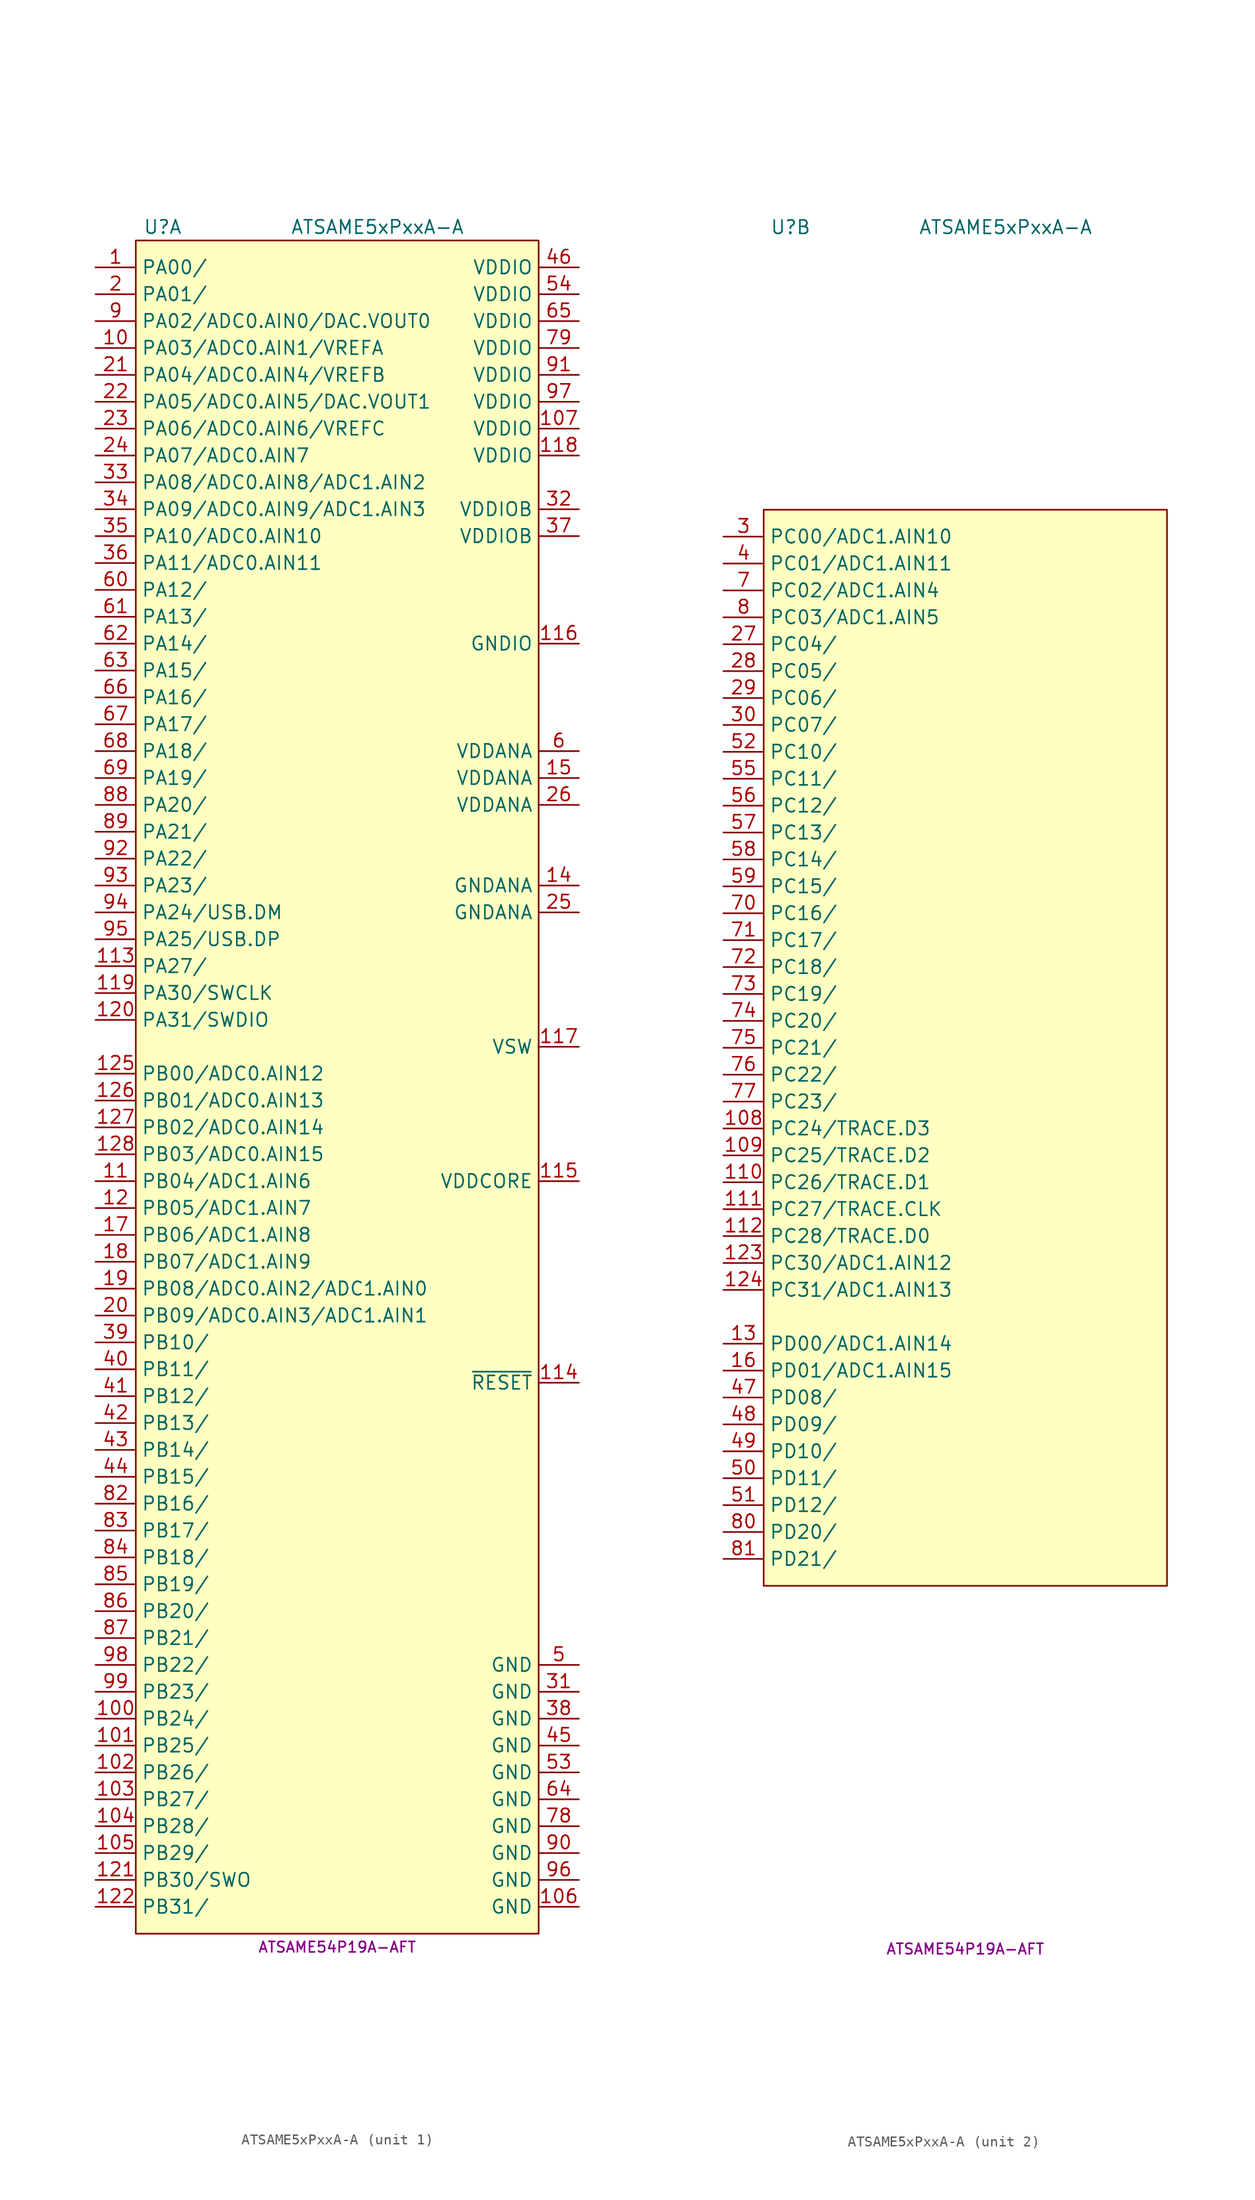
<source format=kicad_sym>
(kicad_symbol_lib
  (version 20231120)
  (generator "kicad_symbol_editor")
  (generator_version "8.0")
  (symbol "ATSAME5xPxxA-A"
    (property "Reference" "U"
      (at -16.51 77.47 0)
      (effects (font (size 1.27 1.27))))
    (property "Value" "ATSAME5xPxxA-A"
      (at 3.81 77.47 0)
      (effects (font (size 1.27 1.27))))
    (property "MPN" "ATSAME54P19A-AFT"
      (at 0 -85.09 0)
      (effects (font (size 1 1))))
    (property "ki_locked" ""
      (at 0 0 0)
      (effects (font (size 1.27 1.27))))
    (symbol "ATSAME5xPxxA-A_1_1"
      (rectangle (start -19.05 76.2) (end 19.05 -83.82) (stroke (width 0.152) (type default)) (fill (type background)))
      (pin bidirectional line (at -22.86 73.66 0) (length 3.81) (name "PA00/" (effects (font (size 1.27 1.27)))) (number "1" (effects (font (size 1.27 1.27)))))
      (pin bidirectional line (at -22.86 66.04 0) (length 3.81) (name "PA03/ADC0.AIN1/VREFA" (effects (font (size 1.27 1.27)))) (number "10" (effects (font (size 1.27 1.27)))))
      (pin bidirectional line (at -22.86 -63.5 0) (length 3.81) (name "PB24/" (effects (font (size 1.27 1.27)))) (number "100" (effects (font (size 1.27 1.27)))))
      (pin bidirectional line (at -22.86 -66.04 0) (length 3.81) (name "PB25/" (effects (font (size 1.27 1.27)))) (number "101" (effects (font (size 1.27 1.27)))))
      (pin bidirectional line (at -22.86 -68.58 0) (length 3.81) (name "PB26/" (effects (font (size 1.27 1.27)))) (number "102" (effects (font (size 1.27 1.27)))))
      (pin bidirectional line (at -22.86 -71.12 0) (length 3.81) (name "PB27/" (effects (font (size 1.27 1.27)))) (number "103" (effects (font (size 1.27 1.27)))))
      (pin bidirectional line (at -22.86 -73.66 0) (length 3.81) (name "PB28/" (effects (font (size 1.27 1.27)))) (number "104" (effects (font (size 1.27 1.27)))))
      (pin bidirectional line (at -22.86 -76.2 0) (length 3.81) (name "PB29/" (effects (font (size 1.27 1.27)))) (number "105" (effects (font (size 1.27 1.27)))))
      (pin power_in line (at 22.86 -81.28 180) (length 3.81) (name "GND" (effects (font (size 1.27 1.27)))) (number "106" (effects (font (size 1.27 1.27)))))
      (pin power_in line (at 22.86 58.42 180) (length 3.81) (name "VDDIO" (effects (font (size 1.27 1.27)))) (number "107" (effects (font (size 1.27 1.27)))))
      (pin bidirectional line (at -22.86 -12.7 0) (length 3.81) (name "PB04/ADC1.AIN6" (effects (font (size 1.27 1.27)))) (number "11" (effects (font (size 1.27 1.27)))))
      (pin bidirectional line (at -22.86 7.62 0) (length 3.81) (name "PA27/" (effects (font (size 1.27 1.27)))) (number "113" (effects (font (size 1.27 1.27)))))
      (pin input line (at 22.86 -31.75 180) (length 3.81) (name "~{RESET}" (effects (font (size 1.27 1.27)))) (number "114" (effects (font (size 1.27 1.27)))))
      (pin power_in line (at 22.86 -12.7 180) (length 3.81) (name "VDDCORE" (effects (font (size 1.27 1.27)))) (number "115" (effects (font (size 1.27 1.27)))))
      (pin power_in line (at 22.86 38.1 180) (length 3.81) (name "GNDIO" (effects (font (size 1.27 1.27)))) (number "116" (effects (font (size 1.27 1.27)))))
      (pin power_out line (at 22.86 0 180) (length 3.81) (name "VSW" (effects (font (size 1.27 1.27)))) (number "117" (effects (font (size 1.27 1.27)))))
      (pin power_in line (at 22.86 55.88 180) (length 3.81) (name "VDDIO" (effects (font (size 1.27 1.27)))) (number "118" (effects (font (size 1.27 1.27)))))
      (pin bidirectional line (at -22.86 5.08 0) (length 3.81) (name "PA30/SWCLK" (effects (font (size 1.27 1.27)))) (number "119" (effects (font (size 1.27 1.27)))))
      (pin bidirectional line (at -22.86 -15.24 0) (length 3.81) (name "PB05/ADC1.AIN7" (effects (font (size 1.27 1.27)))) (number "12" (effects (font (size 1.27 1.27)))))
      (pin bidirectional line (at -22.86 2.54 0) (length 3.81) (name "PA31/SWDIO" (effects (font (size 1.27 1.27)))) (number "120" (effects (font (size 1.27 1.27)))))
      (pin bidirectional line (at -22.86 -78.74 0) (length 3.81) (name "PB30/SWO" (effects (font (size 1.27 1.27)))) (number "121" (effects (font (size 1.27 1.27)))))
      (pin bidirectional line (at -22.86 -81.28 0) (length 3.81) (name "PB31/" (effects (font (size 1.27 1.27)))) (number "122" (effects (font (size 1.27 1.27)))))
      (pin bidirectional line (at -22.86 -2.54 0) (length 3.81) (name "PB00/ADC0.AIN12" (effects (font (size 1.27 1.27)))) (number "125" (effects (font (size 1.27 1.27)))))
      (pin bidirectional line (at -22.86 -5.08 0) (length 3.81) (name "PB01/ADC0.AIN13" (effects (font (size 1.27 1.27)))) (number "126" (effects (font (size 1.27 1.27)))))
      (pin bidirectional line (at -22.86 -7.62 0) (length 3.81) (name "PB02/ADC0.AIN14" (effects (font (size 1.27 1.27)))) (number "127" (effects (font (size 1.27 1.27)))))
      (pin bidirectional line (at -22.86 -10.16 0) (length 3.81) (name "PB03/ADC0.AIN15" (effects (font (size 1.27 1.27)))) (number "128" (effects (font (size 1.27 1.27)))))
      (pin power_in line (at 22.86 15.24 180) (length 3.81) (name "GNDANA" (effects (font (size 1.27 1.27)))) (number "14" (effects (font (size 1.27 1.27)))))
      (pin power_in line (at 22.86 25.4 180) (length 3.81) (name "VDDANA" (effects (font (size 1.27 1.27)))) (number "15" (effects (font (size 1.27 1.27)))))
      (pin bidirectional line (at -22.86 -17.78 0) (length 3.81) (name "PB06/ADC1.AIN8" (effects (font (size 1.27 1.27)))) (number "17" (effects (font (size 1.27 1.27)))))
      (pin bidirectional line (at -22.86 -20.32 0) (length 3.81) (name "PB07/ADC1.AIN9" (effects (font (size 1.27 1.27)))) (number "18" (effects (font (size 1.27 1.27)))))
      (pin bidirectional line (at -22.86 -22.86 0) (length 3.81) (name "PB08/ADC0.AIN2/ADC1.AIN0" (effects (font (size 1.27 1.27)))) (number "19" (effects (font (size 1.27 1.27)))))
      (pin bidirectional line (at -22.86 71.12 0) (length 3.81) (name "PA01/" (effects (font (size 1.27 1.27)))) (number "2" (effects (font (size 1.27 1.27)))))
      (pin bidirectional line (at -22.86 -25.4 0) (length 3.81) (name "PB09/ADC0.AIN3/ADC1.AIN1" (effects (font (size 1.27 1.27)))) (number "20" (effects (font (size 1.27 1.27)))))
      (pin bidirectional line (at -22.86 63.5 0) (length 3.81) (name "PA04/ADC0.AIN4/VREFB" (effects (font (size 1.27 1.27)))) (number "21" (effects (font (size 1.27 1.27)))))
      (pin bidirectional line (at -22.86 60.96 0) (length 3.81) (name "PA05/ADC0.AIN5/DAC.VOUT1" (effects (font (size 1.27 1.27)))) (number "22" (effects (font (size 1.27 1.27)))))
      (pin bidirectional line (at -22.86 58.42 0) (length 3.81) (name "PA06/ADC0.AIN6/VREFC" (effects (font (size 1.27 1.27)))) (number "23" (effects (font (size 1.27 1.27)))))
      (pin bidirectional line (at -22.86 55.88 0) (length 3.81) (name "PA07/ADC0.AIN7" (effects (font (size 1.27 1.27)))) (number "24" (effects (font (size 1.27 1.27)))))
      (pin power_in line (at 22.86 12.7 180) (length 3.81) (name "GNDANA" (effects (font (size 1.27 1.27)))) (number "25" (effects (font (size 1.27 1.27)))))
      (pin power_in line (at 22.86 22.86 180) (length 3.81) (name "VDDANA" (effects (font (size 1.27 1.27)))) (number "26" (effects (font (size 1.27 1.27)))))
      (pin power_in line (at 22.86 -60.96 180) (length 3.81) (name "GND" (effects (font (size 1.27 1.27)))) (number "31" (effects (font (size 1.27 1.27)))))
      (pin power_in line (at 22.86 50.8 180) (length 3.81) (name "VDDIOB" (effects (font (size 1.27 1.27)))) (number "32" (effects (font (size 1.27 1.27)))))
      (pin bidirectional line (at -22.86 53.34 0) (length 3.81) (name "PA08/ADC0.AIN8/ADC1.AIN2" (effects (font (size 1.27 1.27)))) (number "33" (effects (font (size 1.27 1.27)))))
      (pin bidirectional line (at -22.86 50.8 0) (length 3.81) (name "PA09/ADC0.AIN9/ADC1.AIN3" (effects (font (size 1.27 1.27)))) (number "34" (effects (font (size 1.27 1.27)))))
      (pin bidirectional line (at -22.86 48.26 0) (length 3.81) (name "PA10/ADC0.AIN10" (effects (font (size 1.27 1.27)))) (number "35" (effects (font (size 1.27 1.27)))))
      (pin bidirectional line (at -22.86 45.72 0) (length 3.81) (name "PA11/ADC0.AIN11" (effects (font (size 1.27 1.27)))) (number "36" (effects (font (size 1.27 1.27)))))
      (pin power_in line (at 22.86 48.26 180) (length 3.81) (name "VDDIOB" (effects (font (size 1.27 1.27)))) (number "37" (effects (font (size 1.27 1.27)))))
      (pin power_in line (at 22.86 -63.5 180) (length 3.81) (name "GND" (effects (font (size 1.27 1.27)))) (number "38" (effects (font (size 1.27 1.27)))))
      (pin bidirectional line (at -22.86 -27.94 0) (length 3.81) (name "PB10/" (effects (font (size 1.27 1.27)))) (number "39" (effects (font (size 1.27 1.27)))))
      (pin bidirectional line (at -22.86 -30.48 0) (length 3.81) (name "PB11/" (effects (font (size 1.27 1.27)))) (number "40" (effects (font (size 1.27 1.27)))))
      (pin bidirectional line (at -22.86 -33.02 0) (length 3.81) (name "PB12/" (effects (font (size 1.27 1.27)))) (number "41" (effects (font (size 1.27 1.27)))))
      (pin bidirectional line (at -22.86 -35.56 0) (length 3.81) (name "PB13/" (effects (font (size 1.27 1.27)))) (number "42" (effects (font (size 1.27 1.27)))))
      (pin bidirectional line (at -22.86 -38.1 0) (length 3.81) (name "PB14/" (effects (font (size 1.27 1.27)))) (number "43" (effects (font (size 1.27 1.27)))))
      (pin bidirectional line (at -22.86 -40.64 0) (length 3.81) (name "PB15/" (effects (font (size 1.27 1.27)))) (number "44" (effects (font (size 1.27 1.27)))))
      (pin power_in line (at 22.86 -66.04 180) (length 3.81) (name "GND" (effects (font (size 1.27 1.27)))) (number "45" (effects (font (size 1.27 1.27)))))
      (pin power_in line (at 22.86 73.66 180) (length 3.81) (name "VDDIO" (effects (font (size 1.27 1.27)))) (number "46" (effects (font (size 1.27 1.27)))))
      (pin power_in line (at 22.86 -58.42 180) (length 3.81) (name "GND" (effects (font (size 1.27 1.27)))) (number "5" (effects (font (size 1.27 1.27)))))
      (pin power_in line (at 22.86 -68.58 180) (length 3.81) (name "GND" (effects (font (size 1.27 1.27)))) (number "53" (effects (font (size 1.27 1.27)))))
      (pin power_in line (at 22.86 71.12 180) (length 3.81) (name "VDDIO" (effects (font (size 1.27 1.27)))) (number "54" (effects (font (size 1.27 1.27)))))
      (pin power_in line (at 22.86 27.94 180) (length 3.81) (name "VDDANA" (effects (font (size 1.27 1.27)))) (number "6" (effects (font (size 1.27 1.27)))))
      (pin bidirectional line (at -22.86 43.18 0) (length 3.81) (name "PA12/" (effects (font (size 1.27 1.27)))) (number "60" (effects (font (size 1.27 1.27)))))
      (pin bidirectional line (at -22.86 40.64 0) (length 3.81) (name "PA13/" (effects (font (size 1.27 1.27)))) (number "61" (effects (font (size 1.27 1.27)))))
      (pin bidirectional line (at -22.86 38.1 0) (length 3.81) (name "PA14/" (effects (font (size 1.27 1.27)))) (number "62" (effects (font (size 1.27 1.27)))))
      (pin bidirectional line (at -22.86 35.56 0) (length 3.81) (name "PA15/" (effects (font (size 1.27 1.27)))) (number "63" (effects (font (size 1.27 1.27)))))
      (pin power_in line (at 22.86 -71.12 180) (length 3.81) (name "GND" (effects (font (size 1.27 1.27)))) (number "64" (effects (font (size 1.27 1.27)))))
      (pin power_in line (at 22.86 68.58 180) (length 3.81) (name "VDDIO" (effects (font (size 1.27 1.27)))) (number "65" (effects (font (size 1.27 1.27)))))
      (pin bidirectional line (at -22.86 33.02 0) (length 3.81) (name "PA16/" (effects (font (size 1.27 1.27)))) (number "66" (effects (font (size 1.27 1.27)))))
      (pin bidirectional line (at -22.86 30.48 0) (length 3.81) (name "PA17/" (effects (font (size 1.27 1.27)))) (number "67" (effects (font (size 1.27 1.27)))))
      (pin bidirectional line (at -22.86 27.94 0) (length 3.81) (name "PA18/" (effects (font (size 1.27 1.27)))) (number "68" (effects (font (size 1.27 1.27)))))
      (pin bidirectional line (at -22.86 25.4 0) (length 3.81) (name "PA19/" (effects (font (size 1.27 1.27)))) (number "69" (effects (font (size 1.27 1.27)))))
      (pin power_in line (at 22.86 -73.66 180) (length 3.81) (name "GND" (effects (font (size 1.27 1.27)))) (number "78" (effects (font (size 1.27 1.27)))))
      (pin power_in line (at 22.86 66.04 180) (length 3.81) (name "VDDIO" (effects (font (size 1.27 1.27)))) (number "79" (effects (font (size 1.27 1.27)))))
      (pin bidirectional line (at -22.86 -43.18 0) (length 3.81) (name "PB16/" (effects (font (size 1.27 1.27)))) (number "82" (effects (font (size 1.27 1.27)))))
      (pin bidirectional line (at -22.86 -45.72 0) (length 3.81) (name "PB17/" (effects (font (size 1.27 1.27)))) (number "83" (effects (font (size 1.27 1.27)))))
      (pin bidirectional line (at -22.86 -48.26 0) (length 3.81) (name "PB18/" (effects (font (size 1.27 1.27)))) (number "84" (effects (font (size 1.27 1.27)))))
      (pin bidirectional line (at -22.86 -50.8 0) (length 3.81) (name "PB19/" (effects (font (size 1.27 1.27)))) (number "85" (effects (font (size 1.27 1.27)))))
      (pin bidirectional line (at -22.86 -53.34 0) (length 3.81) (name "PB20/" (effects (font (size 1.27 1.27)))) (number "86" (effects (font (size 1.27 1.27)))))
      (pin bidirectional line (at -22.86 -55.88 0) (length 3.81) (name "PB21/" (effects (font (size 1.27 1.27)))) (number "87" (effects (font (size 1.27 1.27)))))
      (pin bidirectional line (at -22.86 22.86 0) (length 3.81) (name "PA20/" (effects (font (size 1.27 1.27)))) (number "88" (effects (font (size 1.27 1.27)))))
      (pin bidirectional line (at -22.86 20.32 0) (length 3.81) (name "PA21/" (effects (font (size 1.27 1.27)))) (number "89" (effects (font (size 1.27 1.27)))))
      (pin bidirectional line (at -22.86 68.58 0) (length 3.81) (name "PA02/ADC0.AIN0/DAC.VOUT0" (effects (font (size 1.27 1.27)))) (number "9" (effects (font (size 1.27 1.27)))))
      (pin power_in line (at 22.86 -76.2 180) (length 3.81) (name "GND" (effects (font (size 1.27 1.27)))) (number "90" (effects (font (size 1.27 1.27)))))
      (pin power_in line (at 22.86 63.5 180) (length 3.81) (name "VDDIO" (effects (font (size 1.27 1.27)))) (number "91" (effects (font (size 1.27 1.27)))))
      (pin bidirectional line (at -22.86 17.78 0) (length 3.81) (name "PA22/" (effects (font (size 1.27 1.27)))) (number "92" (effects (font (size 1.27 1.27)))))
      (pin bidirectional line (at -22.86 15.24 0) (length 3.81) (name "PA23/" (effects (font (size 1.27 1.27)))) (number "93" (effects (font (size 1.27 1.27)))))
      (pin bidirectional line (at -22.86 12.7 0) (length 3.81) (name "PA24/USB.DM" (effects (font (size 1.27 1.27)))) (number "94" (effects (font (size 1.27 1.27)))))
      (pin bidirectional line (at -22.86 10.16 0) (length 3.81) (name "PA25/USB.DP" (effects (font (size 1.27 1.27)))) (number "95" (effects (font (size 1.27 1.27)))))
      (pin power_in line (at 22.86 -78.74 180) (length 3.81) (name "GND" (effects (font (size 1.27 1.27)))) (number "96" (effects (font (size 1.27 1.27)))))
      (pin power_in line (at 22.86 60.96 180) (length 3.81) (name "VDDIO" (effects (font (size 1.27 1.27)))) (number "97" (effects (font (size 1.27 1.27)))))
      (pin bidirectional line (at -22.86 -58.42 0) (length 3.81) (name "PB22/" (effects (font (size 1.27 1.27)))) (number "98" (effects (font (size 1.27 1.27)))))
      (pin bidirectional line (at -22.86 -60.96 0) (length 3.81) (name "PB23/" (effects (font (size 1.27 1.27)))) (number "99" (effects (font (size 1.27 1.27))))))
    (symbol "ATSAME5xPxxA-A_2_1"
      (rectangle (start -19.05 50.8) (end 19.05 -50.8) (stroke (width 0.152) (type default)) (fill (type background)))
      (pin bidirectional line (at -22.86 -7.62 0) (length 3.81) (name "PC24/TRACE.D3" (effects (font (size 1.27 1.27)))) (number "108" (effects (font (size 1.27 1.27)))))
      (pin bidirectional line (at -22.86 -10.16 0) (length 3.81) (name "PC25/TRACE.D2" (effects (font (size 1.27 1.27)))) (number "109" (effects (font (size 1.27 1.27)))))
      (pin bidirectional line (at -22.86 -12.7 0) (length 3.81) (name "PC26/TRACE.D1" (effects (font (size 1.27 1.27)))) (number "110" (effects (font (size 1.27 1.27)))))
      (pin bidirectional line (at -22.86 -15.24 0) (length 3.81) (name "PC27/TRACE.CLK" (effects (font (size 1.27 1.27)))) (number "111" (effects (font (size 1.27 1.27)))))
      (pin bidirectional line (at -22.86 -17.78 0) (length 3.81) (name "PC28/TRACE.D0" (effects (font (size 1.27 1.27)))) (number "112" (effects (font (size 1.27 1.27)))))
      (pin bidirectional line (at -22.86 -20.32 0) (length 3.81) (name "PC30/ADC1.AIN12" (effects (font (size 1.27 1.27)))) (number "123" (effects (font (size 1.27 1.27)))))
      (pin bidirectional line (at -22.86 -22.86 0) (length 3.81) (name "PC31/ADC1.AIN13" (effects (font (size 1.27 1.27)))) (number "124" (effects (font (size 1.27 1.27)))))
      (pin bidirectional line (at -22.86 -27.94 0) (length 3.81) (name "PD00/ADC1.AIN14" (effects (font (size 1.27 1.27)))) (number "13" (effects (font (size 1.27 1.27)))))
      (pin bidirectional line (at -22.86 -30.48 0) (length 3.81) (name "PD01/ADC1.AIN15" (effects (font (size 1.27 1.27)))) (number "16" (effects (font (size 1.27 1.27)))))
      (pin bidirectional line (at -22.86 38.1 0) (length 3.81) (name "PC04/" (effects (font (size 1.27 1.27)))) (number "27" (effects (font (size 1.27 1.27)))))
      (pin bidirectional line (at -22.86 35.56 0) (length 3.81) (name "PC05/" (effects (font (size 1.27 1.27)))) (number "28" (effects (font (size 1.27 1.27)))))
      (pin bidirectional line (at -22.86 33.02 0) (length 3.81) (name "PC06/" (effects (font (size 1.27 1.27)))) (number "29" (effects (font (size 1.27 1.27)))))
      (pin bidirectional line (at -22.86 48.26 0) (length 3.81) (name "PC00/ADC1.AIN10" (effects (font (size 1.27 1.27)))) (number "3" (effects (font (size 1.27 1.27)))))
      (pin bidirectional line (at -22.86 30.48 0) (length 3.81) (name "PC07/" (effects (font (size 1.27 1.27)))) (number "30" (effects (font (size 1.27 1.27)))))
      (pin bidirectional line (at -22.86 45.72 0) (length 3.81) (name "PC01/ADC1.AIN11" (effects (font (size 1.27 1.27)))) (number "4" (effects (font (size 1.27 1.27)))))
      (pin bidirectional line (at -22.86 -33.02 0) (length 3.81) (name "PD08/" (effects (font (size 1.27 1.27)))) (number "47" (effects (font (size 1.27 1.27)))))
      (pin bidirectional line (at -22.86 -35.56 0) (length 3.81) (name "PD09/" (effects (font (size 1.27 1.27)))) (number "48" (effects (font (size 1.27 1.27)))))
      (pin bidirectional line (at -22.86 -38.1 0) (length 3.81) (name "PD10/" (effects (font (size 1.27 1.27)))) (number "49" (effects (font (size 1.27 1.27)))))
      (pin bidirectional line (at -22.86 -40.64 0) (length 3.81) (name "PD11/" (effects (font (size 1.27 1.27)))) (number "50" (effects (font (size 1.27 1.27)))))
      (pin bidirectional line (at -22.86 -43.18 0) (length 3.81) (name "PD12/" (effects (font (size 1.27 1.27)))) (number "51" (effects (font (size 1.27 1.27)))))
      (pin bidirectional line (at -22.86 27.94 0) (length 3.81) (name "PC10/" (effects (font (size 1.27 1.27)))) (number "52" (effects (font (size 1.27 1.27)))))
      (pin bidirectional line (at -22.86 25.4 0) (length 3.81) (name "PC11/" (effects (font (size 1.27 1.27)))) (number "55" (effects (font (size 1.27 1.27)))))
      (pin bidirectional line (at -22.86 22.86 0) (length 3.81) (name "PC12/" (effects (font (size 1.27 1.27)))) (number "56" (effects (font (size 1.27 1.27)))))
      (pin bidirectional line (at -22.86 20.32 0) (length 3.81) (name "PC13/" (effects (font (size 1.27 1.27)))) (number "57" (effects (font (size 1.27 1.27)))))
      (pin bidirectional line (at -22.86 17.78 0) (length 3.81) (name "PC14/" (effects (font (size 1.27 1.27)))) (number "58" (effects (font (size 1.27 1.27)))))
      (pin bidirectional line (at -22.86 15.24 0) (length 3.81) (name "PC15/" (effects (font (size 1.27 1.27)))) (number "59" (effects (font (size 1.27 1.27)))))
      (pin bidirectional line (at -22.86 43.18 0) (length 3.81) (name "PC02/ADC1.AIN4" (effects (font (size 1.27 1.27)))) (number "7" (effects (font (size 1.27 1.27)))))
      (pin bidirectional line (at -22.86 12.7 0) (length 3.81) (name "PC16/" (effects (font (size 1.27 1.27)))) (number "70" (effects (font (size 1.27 1.27)))))
      (pin bidirectional line (at -22.86 10.16 0) (length 3.81) (name "PC17/" (effects (font (size 1.27 1.27)))) (number "71" (effects (font (size 1.27 1.27)))))
      (pin bidirectional line (at -22.86 7.62 0) (length 3.81) (name "PC18/" (effects (font (size 1.27 1.27)))) (number "72" (effects (font (size 1.27 1.27)))))
      (pin bidirectional line (at -22.86 5.08 0) (length 3.81) (name "PC19/" (effects (font (size 1.27 1.27)))) (number "73" (effects (font (size 1.27 1.27)))))
      (pin bidirectional line (at -22.86 2.54 0) (length 3.81) (name "PC20/" (effects (font (size 1.27 1.27)))) (number "74" (effects (font (size 1.27 1.27)))))
      (pin bidirectional line (at -22.86 0 0) (length 3.81) (name "PC21/" (effects (font (size 1.27 1.27)))) (number "75" (effects (font (size 1.27 1.27)))))
      (pin bidirectional line (at -22.86 -2.54 0) (length 3.81) (name "PC22/" (effects (font (size 1.27 1.27)))) (number "76" (effects (font (size 1.27 1.27)))))
      (pin bidirectional line (at -22.86 -5.08 0) (length 3.81) (name "PC23/" (effects (font (size 1.27 1.27)))) (number "77" (effects (font (size 1.27 1.27)))))
      (pin bidirectional line (at -22.86 40.64 0) (length 3.81) (name "PC03/ADC1.AIN5" (effects (font (size 1.27 1.27)))) (number "8" (effects (font (size 1.27 1.27)))))
      (pin bidirectional line (at -22.86 -45.72 0) (length 3.81) (name "PD20/" (effects (font (size 1.27 1.27)))) (number "80" (effects (font (size 1.27 1.27)))))
      (pin bidirectional line (at -22.86 -48.26 0) (length 3.81) (name "PD21/" (effects (font (size 1.27 1.27)))) (number "81" (effects (font (size 1.27 1.27))))))))
</source>
